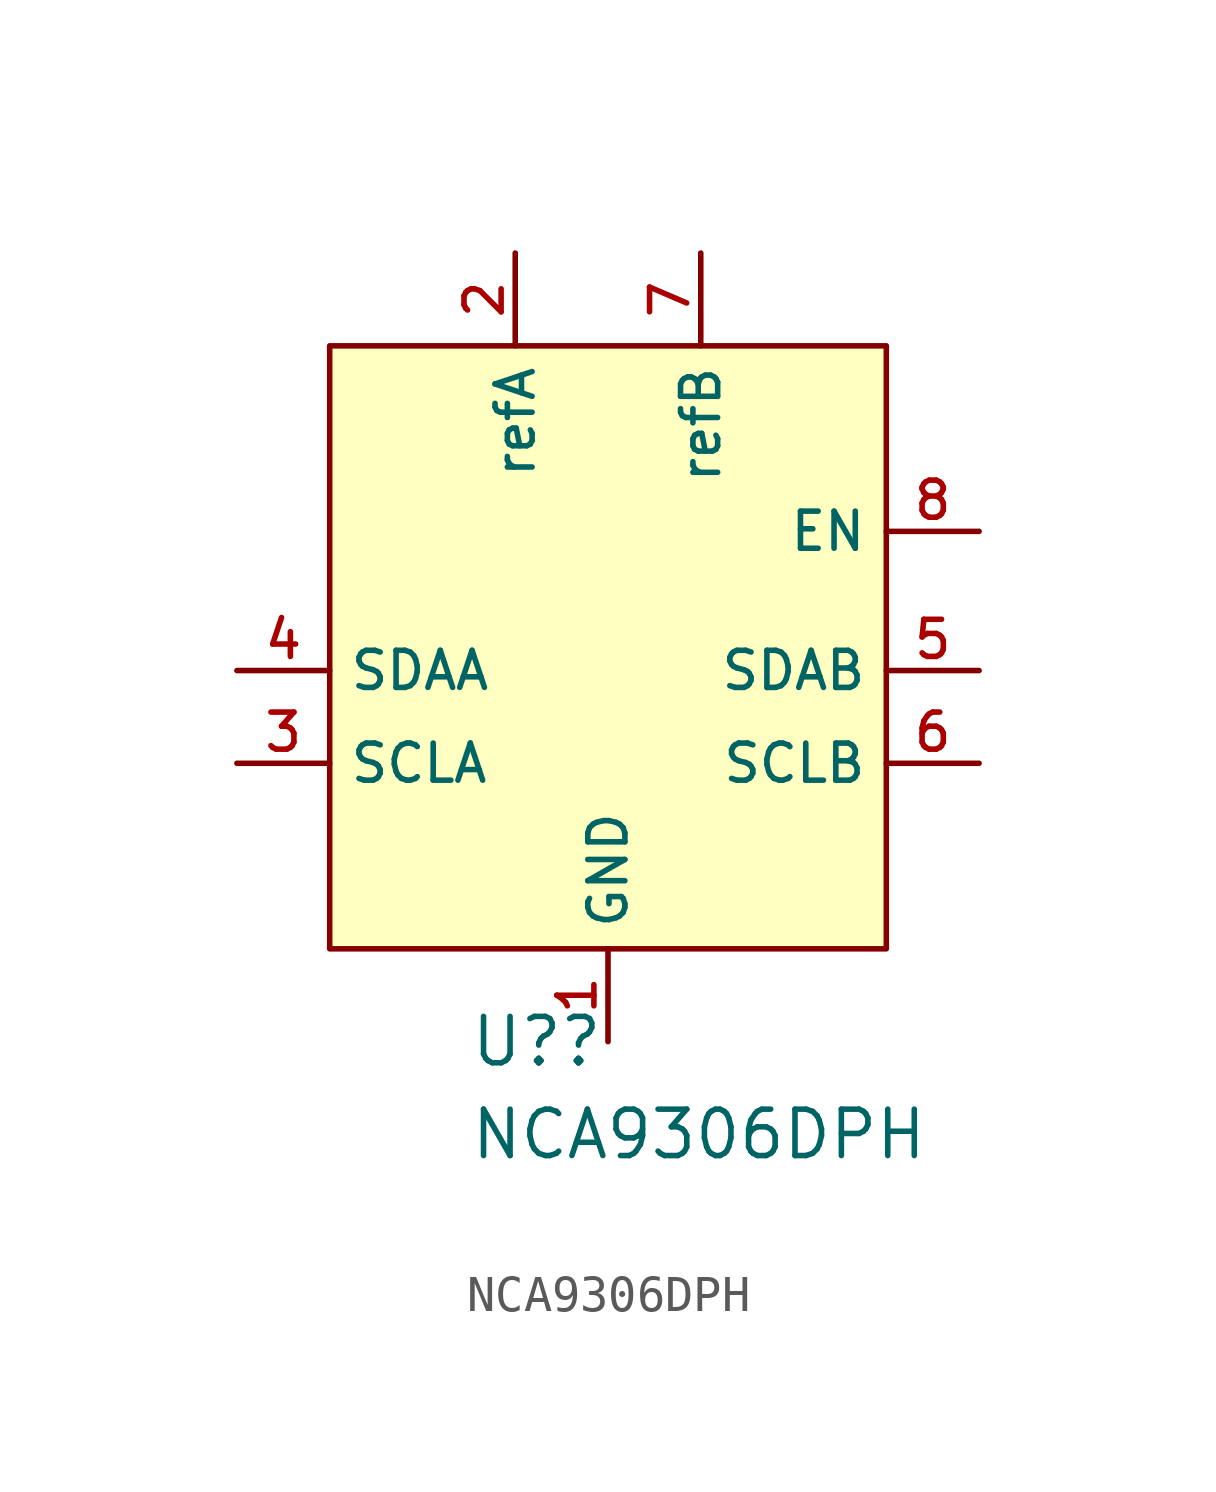
<source format=kicad_sym>
(kicad_symbol_lib
  (version 20220126)
  (generator kicad_symbol_editor)
  (symbol "NCA9306DPH"
    (property "Reference" "U?"
      (at -3.81 -10.16 0)
      (effects (font (size 1.27 1.27)) (justify left)))
    (property "Value" "NCA9306DPH"
      (at -3.81 -12.7 0)
      (effects (font (size 1.27 1.27)) (justify left)))
    (symbol "NCA9306DPH_0_1"
      (rectangle (start -7.62 8.89) (end 7.62 -7.62) (stroke (width 0.152) (type default)) (fill (type background))))
    (symbol "NCA9306DPH_1_1"
      (pin power_in line (at 0 -10.16 90) (length 2.54) (name "GND" (effects (font (size 1.016 1.016)))) (number "1" (effects (font (size 1.016 1.016)))))
      (pin power_in line (at -2.54 11.43 270) (length 2.54) (name "refA" (effects (font (size 1.016 1.016)))) (number "2" (effects (font (size 1.016 1.016)))))
      (pin bidirectional line (at -10.16 -2.54 0) (length 2.54) (name "SCLA" (effects (font (size 1.016 1.016)))) (number "3" (effects (font (size 1.016 1.016)))))
      (pin bidirectional line (at -10.16 0 0) (length 2.54) (name "SDAA" (effects (font (size 1.016 1.016)))) (number "4" (effects (font (size 1.016 1.016)))))
      (pin bidirectional line (at 10.16 0 180) (length 2.54) (name "SDAB" (effects (font (size 1.016 1.016)))) (number "5" (effects (font (size 1.016 1.016)))))
      (pin bidirectional line (at 10.16 -2.54 180) (length 2.54) (name "SCLB" (effects (font (size 1.016 1.016)))) (number "6" (effects (font (size 1.016 1.016)))))
      (pin power_in line (at 2.54 11.43 270) (length 2.54) (name "refB" (effects (font (size 1.016 1.016)))) (number "7" (effects (font (size 1.016 1.016)))))
      (pin bidirectional line (at 10.16 3.81 180) (length 2.54) (name "EN" (effects (font (size 1.016 1.016)))) (number "8" (effects (font (size 1.016 1.016))))))))
</source>
